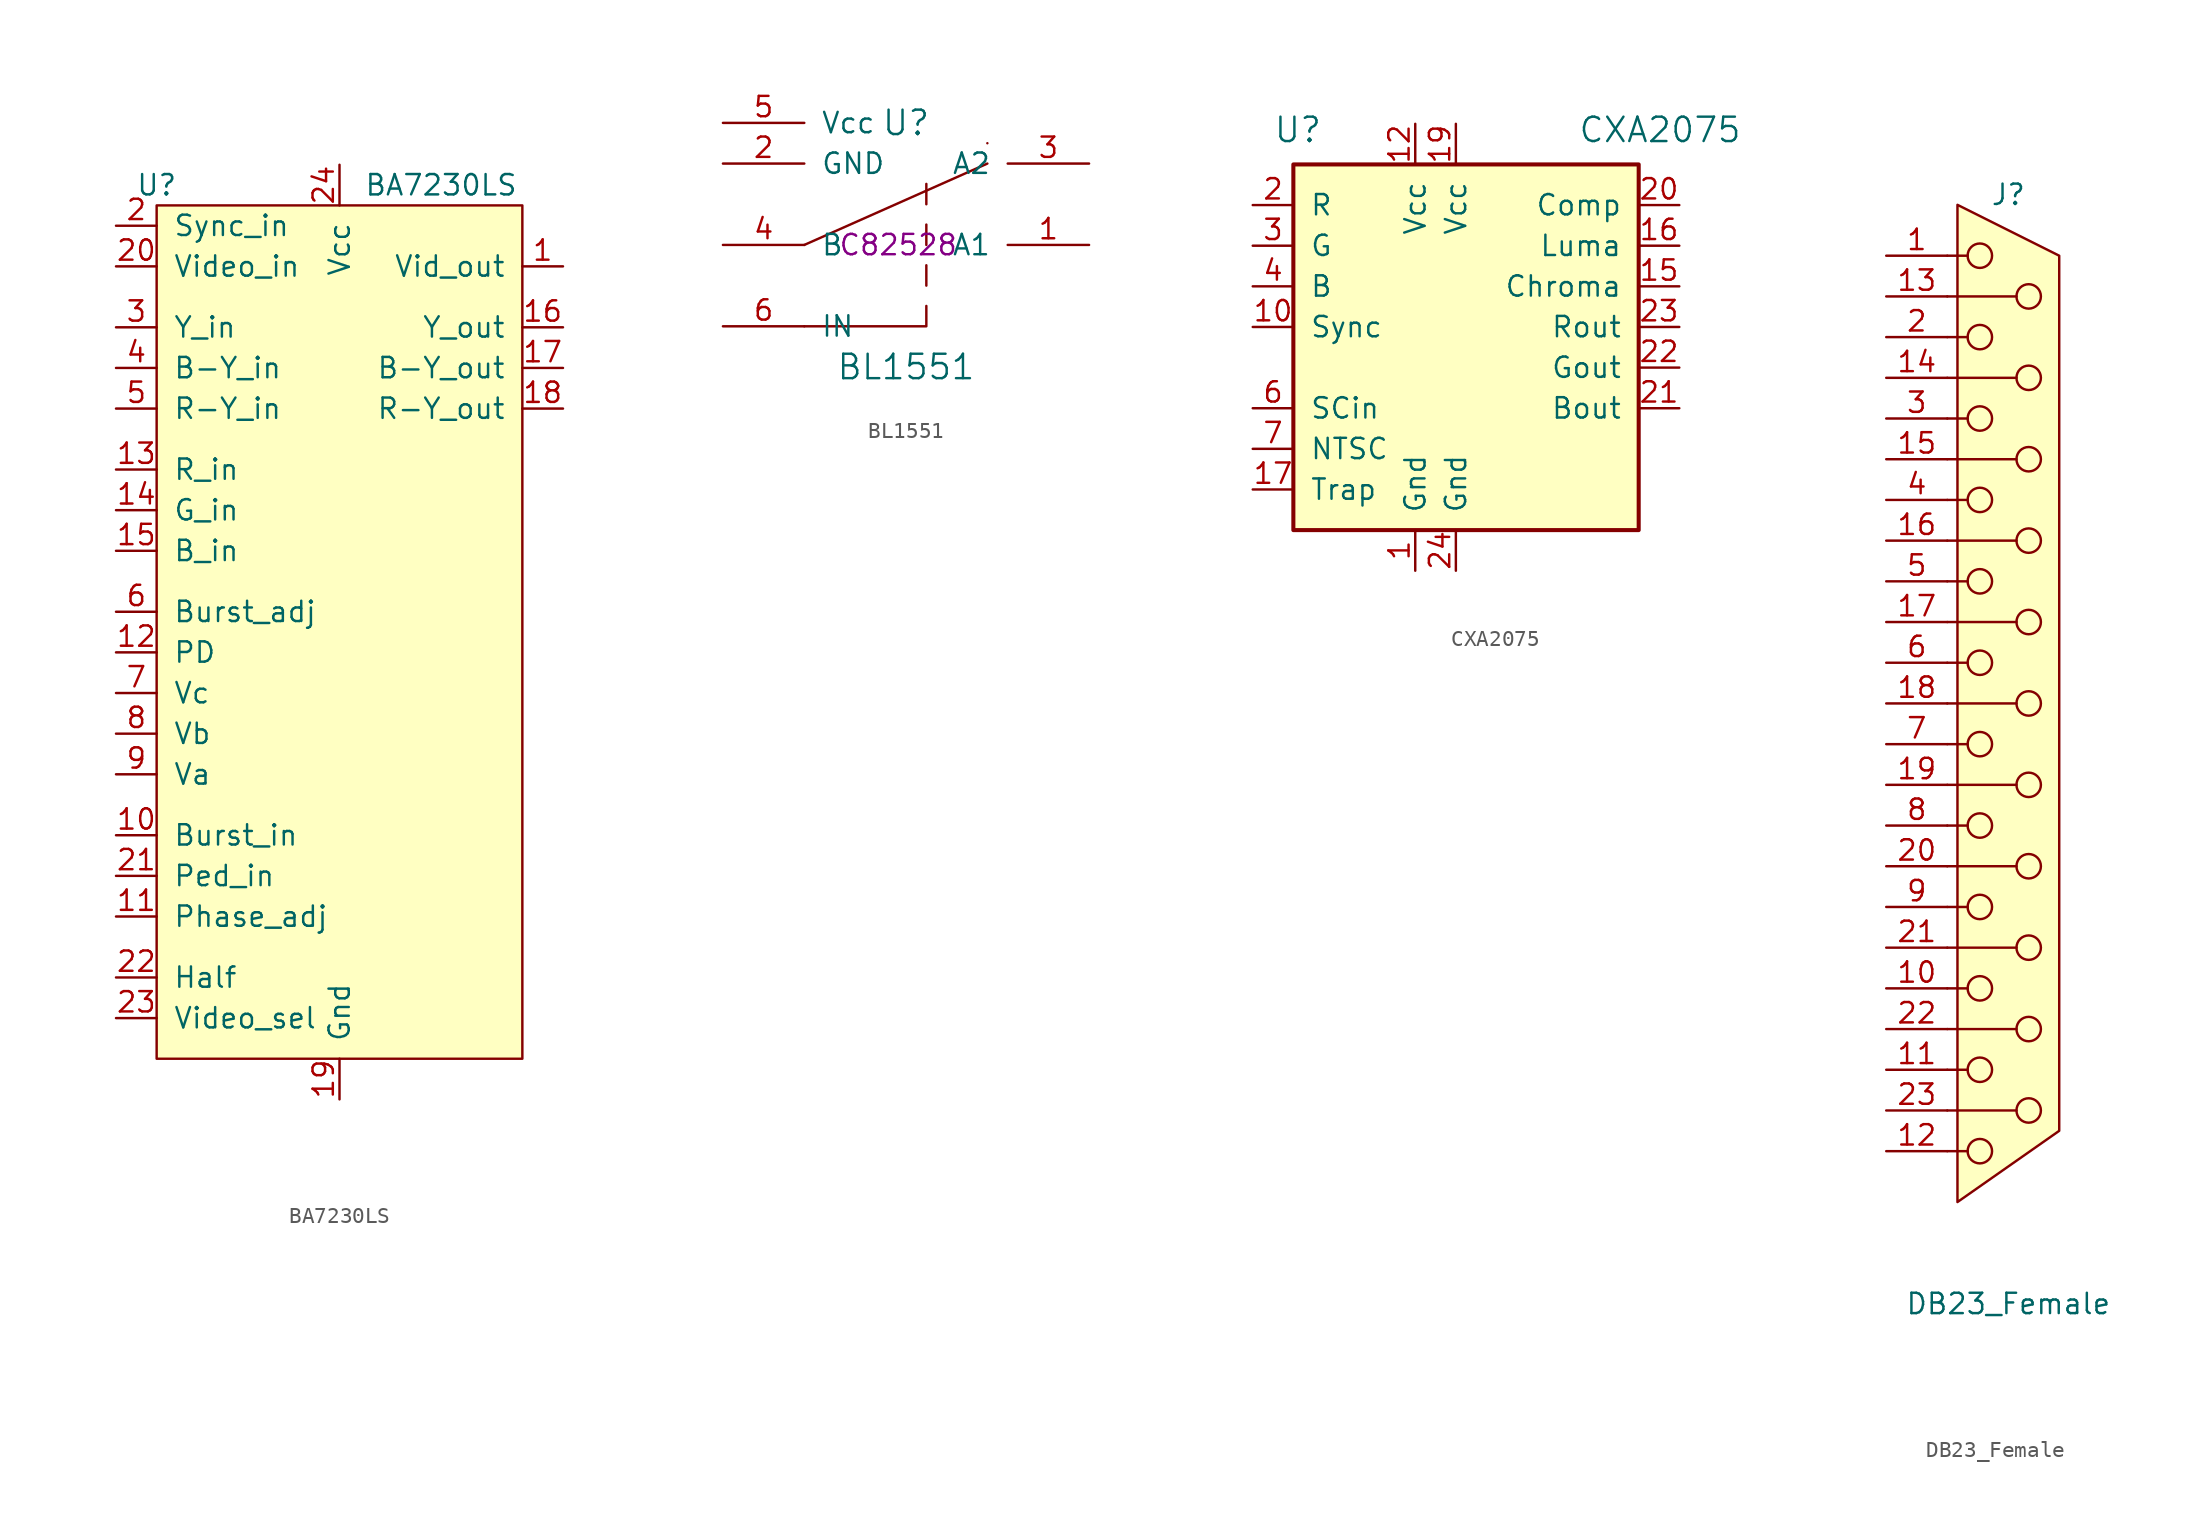
<source format=kicad_sym>
(kicad_symbol_lib
  (version 20211014)
  (generator kicad_symbol_editor)
  (symbol "BA7230LS"
    (pin_names
      (offset 1.016))
    (property "Reference" "U"
      (at -11.43 26.67 0)
      (effects (font (size 1.27 1.27))))
    (property "Value" "BA7230LS"
      (at 6.35 26.67 0)
      (effects (font (size 1.27 1.27))))
    (symbol "BA7230LS_0_1"
      (rectangle (start -11.43 25.4) (end 11.43 -27.94) (stroke (width 0) (type default) (color 0 0 0 0)) (fill (type background))))
    (symbol "BA7230LS_1_1"
      (pin power_in line (at 13.97 21.59 180) (length 2.54) (name "Vid_out" (effects (font (size 1.27 1.27)))) (number "1" (effects (font (size 1.27 1.27)))))
      (pin input line (at -13.97 -13.97 0) (length 2.54) (name "Burst_in" (effects (font (size 1.27 1.27)))) (number "10" (effects (font (size 1.27 1.27)))))
      (pin input line (at -13.97 -19.05 0) (length 2.54) (name "Phase_adj" (effects (font (size 1.27 1.27)))) (number "11" (effects (font (size 1.27 1.27)))))
      (pin input line (at -13.97 -2.54 0) (length 2.54) (name "PD" (effects (font (size 1.27 1.27)))) (number "12" (effects (font (size 1.27 1.27)))))
      (pin input line (at -13.97 8.89 0) (length 2.54) (name "R_in" (effects (font (size 1.27 1.27)))) (number "13" (effects (font (size 1.27 1.27)))))
      (pin input line (at -13.97 6.35 0) (length 2.54) (name "G_in" (effects (font (size 1.27 1.27)))) (number "14" (effects (font (size 1.27 1.27)))))
      (pin input line (at -13.97 3.81 0) (length 2.54) (name "B_in" (effects (font (size 1.27 1.27)))) (number "15" (effects (font (size 1.27 1.27)))))
      (pin output line (at 13.97 17.78 180) (length 2.54) (name "Y_out" (effects (font (size 1.27 1.27)))) (number "16" (effects (font (size 1.27 1.27)))))
      (pin output line (at 13.97 15.24 180) (length 2.54) (name "B-Y_out" (effects (font (size 1.27 1.27)))) (number "17" (effects (font (size 1.27 1.27)))))
      (pin output line (at 13.97 12.7 180) (length 2.54) (name "R-Y_out" (effects (font (size 1.27 1.27)))) (number "18" (effects (font (size 1.27 1.27)))))
      (pin power_in line (at 0 -30.48 90) (length 2.54) (name "Gnd" (effects (font (size 1.27 1.27)))) (number "19" (effects (font (size 1.27 1.27)))))
      (pin input line (at -13.97 24.13 0) (length 2.54) (name "Sync_in" (effects (font (size 1.27 1.27)))) (number "2" (effects (font (size 1.27 1.27)))))
      (pin input line (at -13.97 21.59 0) (length 2.54) (name "Video_in" (effects (font (size 1.27 1.27)))) (number "20" (effects (font (size 1.27 1.27)))))
      (pin input line (at -13.97 -16.51 0) (length 2.54) (name "Ped_in" (effects (font (size 1.27 1.27)))) (number "21" (effects (font (size 1.27 1.27)))))
      (pin input line (at -13.97 -22.86 0) (length 2.54) (name "Half" (effects (font (size 1.27 1.27)))) (number "22" (effects (font (size 1.27 1.27)))))
      (pin input line (at -13.97 -25.4 0) (length 2.54) (name "Video_sel" (effects (font (size 1.27 1.27)))) (number "23" (effects (font (size 1.27 1.27)))))
      (pin power_in line (at 0 27.94 270) (length 2.54) (name "Vcc" (effects (font (size 1.27 1.27)))) (number "24" (effects (font (size 1.27 1.27)))))
      (pin input line (at -13.97 17.78 0) (length 2.54) (name "Y_in" (effects (font (size 1.27 1.27)))) (number "3" (effects (font (size 1.27 1.27)))))
      (pin input line (at -13.97 15.24 0) (length 2.54) (name "B-Y_in" (effects (font (size 1.27 1.27)))) (number "4" (effects (font (size 1.27 1.27)))))
      (pin input line (at -13.97 12.7 0) (length 2.54) (name "R-Y_in" (effects (font (size 1.27 1.27)))) (number "5" (effects (font (size 1.27 1.27)))))
      (pin input line (at -13.97 0 0) (length 2.54) (name "Burst_adj" (effects (font (size 1.27 1.27)))) (number "6" (effects (font (size 1.27 1.27)))))
      (pin input line (at -13.97 -5.08 0) (length 2.54) (name "Vc" (effects (font (size 1.27 1.27)))) (number "7" (effects (font (size 1.27 1.27)))))
      (pin input line (at -13.97 -7.62 0) (length 2.54) (name "Vb" (effects (font (size 1.27 1.27)))) (number "8" (effects (font (size 1.27 1.27)))))
      (pin input line (at -13.97 -10.16 0) (length 2.54) (name "Va" (effects (font (size 1.27 1.27)))) (number "9" (effects (font (size 1.27 1.27)))))))
  (symbol "BL1551"
    (pin_names
      (offset 1.016))
    (property "Reference" "U"
      (at 0 7.62 0)
      (effects (font (size 1.524 1.524))))
    (property "Value" "BL1551"
      (at 0 -7.62 0)
      (effects (font (size 1.524 1.524))))
    (property "LCSC" "C82528 "
      (at 0 0 0)
      (effects (font (size 1.27 1.27))))
    (symbol "BL1551_0_1"
      (polyline (pts (xy -6.35 0) (xy 5.08 5.08)) (stroke (width 0) (type default) (color 0 0 0 0)) (fill (type none)))
      (polyline (pts (xy 1.27 -2.54) (xy 1.27 -1.27)) (stroke (width 0) (type default) (color 0 0 0 0)) (fill (type none)))
      (polyline (pts (xy 1.27 0) (xy 1.27 1.27)) (stroke (width 0) (type default) (color 0 0 0 0)) (fill (type none)))
      (polyline (pts (xy 1.27 2.54) (xy 1.27 3.81)) (stroke (width 0) (type default) (color 0 0 0 0)) (fill (type none)))
      (polyline (pts (xy 5.08 6.35) (xy 5.08 6.35)) (stroke (width 0) (type default) (color 0 0 0 0)) (fill (type none)))
      (polyline (pts (xy -6.35 -5.08) (xy 1.27 -5.08) (xy 1.27 -3.81)) (stroke (width 0) (type default) (color 0 0 0 0)) (fill (type none))))
    (symbol "BL1551_1_1"
      (pin bidirectional line (at 11.43 0 180) (length 5.08) (name "A1" (effects (font (size 1.27 1.27)))) (number "1" (effects (font (size 1.27 1.27)))))
      (pin power_in line (at -11.43 5.08 0) (length 5.08) (name "GND" (effects (font (size 1.27 1.27)))) (number "2" (effects (font (size 1.27 1.27)))))
      (pin bidirectional line (at 11.43 5.08 180) (length 5.08) (name "A2" (effects (font (size 1.27 1.27)))) (number "3" (effects (font (size 1.27 1.27)))))
      (pin bidirectional line (at -11.43 0 0) (length 5.08) (name "B" (effects (font (size 1.27 1.27)))) (number "4" (effects (font (size 1.27 1.27)))))
      (pin power_in line (at -11.43 7.62 0) (length 5.08) (name "Vcc" (effects (font (size 1.27 1.27)))) (number "5" (effects (font (size 1.27 1.27)))))
      (pin input line (at -11.43 -5.08 0) (length 5.08) (name "IN" (effects (font (size 1.27 1.27)))) (number "6" (effects (font (size 1.27 1.27)))))))
  (symbol "CXA2075"
    (pin_names
      (offset 1.016))
    (property "Reference" "U"
      (at -3.81 6.35 0)
      (effects (font (size 1.524 1.524)) (justify left bottom)))
    (property "Value" "CXA2075"
      (at 15.24 6.35 0)
      (effects (font (size 1.524 1.524)) (justify left bottom)))
    (property "Footprint" ""
      (at 0 0 0)
      (effects (font (size 1.524 1.524))))
    (property "Datasheet" ""
      (at 0 0 0)
      (effects (font (size 1.524 1.524))))
    (symbol "CXA2075_0_1"
      (rectangle (start -2.54 -17.78) (end 19.05 5.08) (stroke (width 0.254) (type default) (color 0 0 0 0)) (fill (type background)))
      (pin power_in line (at 5.08 -20.32 90) (length 2.54) (name "Gnd" (effects (font (size 1.27 1.27)))) (number "1" (effects (font (size 1.27 1.27)))))
      (pin input line (at -5.08 -5.08 0) (length 2.54) (name "Sync" (effects (font (size 1.27 1.27)))) (number "10" (effects (font (size 1.27 1.27)))))
      (pin power_in line (at 5.08 7.62 270) (length 2.54) (name "Vcc" (effects (font (size 1.27 1.27)))) (number "12" (effects (font (size 1.27 1.27)))))
      (pin output line (at 21.59 -2.54 180) (length 2.54) (name "Chroma" (effects (font (size 1.27 1.27)))) (number "15" (effects (font (size 1.27 1.27)))))
      (pin output line (at 21.59 0 180) (length 2.54) (name "Luma" (effects (font (size 1.27 1.27)))) (number "16" (effects (font (size 1.27 1.27)))))
      (pin input line (at -5.08 -15.24 0) (length 2.54) (name "Trap" (effects (font (size 1.27 1.27)))) (number "17" (effects (font (size 1.27 1.27)))))
      (pin power_in line (at 7.62 7.62 270) (length 2.54) (name "Vcc" (effects (font (size 1.27 1.27)))) (number "19" (effects (font (size 1.27 1.27)))))
      (pin input line (at -5.08 2.54 0) (length 2.54) (name "R" (effects (font (size 1.27 1.27)))) (number "2" (effects (font (size 1.27 1.27)))))
      (pin output line (at 21.59 2.54 180) (length 2.54) (name "Comp" (effects (font (size 1.27 1.27)))) (number "20" (effects (font (size 1.27 1.27)))))
      (pin output line (at 21.59 -10.16 180) (length 2.54) (name "Bout" (effects (font (size 1.27 1.27)))) (number "21" (effects (font (size 1.27 1.27)))))
      (pin output line (at 21.59 -7.62 180) (length 2.54) (name "Gout" (effects (font (size 1.27 1.27)))) (number "22" (effects (font (size 1.27 1.27)))))
      (pin output line (at 21.59 -5.08 180) (length 2.54) (name "Rout" (effects (font (size 1.27 1.27)))) (number "23" (effects (font (size 1.27 1.27)))))
      (pin power_in line (at 7.62 -20.32 90) (length 2.54) (name "Gnd" (effects (font (size 1.27 1.27)))) (number "24" (effects (font (size 1.27 1.27)))))
      (pin input line (at -5.08 0 0) (length 2.54) (name "G" (effects (font (size 1.27 1.27)))) (number "3" (effects (font (size 1.27 1.27)))))
      (pin input line (at -5.08 -2.54 0) (length 2.54) (name "B" (effects (font (size 1.27 1.27)))) (number "4" (effects (font (size 1.27 1.27)))))
      (pin input line (at -5.08 -10.16 0) (length 2.54) (name "SCin" (effects (font (size 1.27 1.27)))) (number "6" (effects (font (size 1.27 1.27)))))
      (pin input line (at -5.08 -12.7 0) (length 2.54) (name "NTSC" (effects (font (size 1.27 1.27)))) (number "7" (effects (font (size 1.27 1.27)))))))
  (symbol "DB23_Female"
    (pin_names
      (offset 1.016) hide)
    (property "Reference" "J"
      (at 0 34.29 0)
      (effects (font (size 1.27 1.27))))
    (property "Value" "DB23_Female"
      (at 0 -34.925 0)
      (effects (font (size 1.27 1.27))))
    (symbol "DB23_Female_0_1"
      (circle (center -1.778 -25.4) (radius 0.762) (stroke (width 0) (type default) (color 0 0 0 0)) (fill (type none)))
      (circle (center -1.778 -20.32) (radius 0.762) (stroke (width 0) (type default) (color 0 0 0 0)) (fill (type none)))
      (circle (center -1.778 -15.24) (radius 0.762) (stroke (width 0) (type default) (color 0 0 0 0)) (fill (type none)))
      (circle (center -1.778 -10.16) (radius 0.762) (stroke (width 0) (type default) (color 0 0 0 0)) (fill (type none)))
      (circle (center -1.778 -5.08) (radius 0.762) (stroke (width 0) (type default) (color 0 0 0 0)) (fill (type none)))
      (circle (center -1.778 0) (radius 0.762) (stroke (width 0) (type default) (color 0 0 0 0)) (fill (type none)))
      (circle (center -1.778 5.08) (radius 0.762) (stroke (width 0) (type default) (color 0 0 0 0)) (fill (type none)))
      (circle (center -1.778 10.16) (radius 0.762) (stroke (width 0) (type default) (color 0 0 0 0)) (fill (type none)))
      (circle (center -1.778 15.24) (radius 0.762) (stroke (width 0) (type default) (color 0 0 0 0)) (fill (type none)))
      (circle (center -1.778 20.32) (radius 0.762) (stroke (width 0) (type default) (color 0 0 0 0)) (fill (type none)))
      (circle (center -1.778 25.4) (radius 0.762) (stroke (width 0) (type default) (color 0 0 0 0)) (fill (type none)))
      (circle (center -1.778 30.48) (radius 0.762) (stroke (width 0) (type default) (color 0 0 0 0)) (fill (type none)))
      (polyline (pts (xy -3.81 -25.4) (xy -2.54 -25.4)) (stroke (width 0) (type default) (color 0 0 0 0)) (fill (type none)))
      (polyline (pts (xy -3.81 -22.86) (xy 0.508 -22.86)) (stroke (width 0) (type default) (color 0 0 0 0)) (fill (type none)))
      (polyline (pts (xy -3.81 -20.32) (xy -2.54 -20.32)) (stroke (width 0) (type default) (color 0 0 0 0)) (fill (type none)))
      (polyline (pts (xy -3.81 -17.78) (xy 0.508 -17.78)) (stroke (width 0) (type default) (color 0 0 0 0)) (fill (type none)))
      (polyline (pts (xy -3.81 -15.24) (xy -2.54 -15.24)) (stroke (width 0) (type default) (color 0 0 0 0)) (fill (type none)))
      (polyline (pts (xy -3.81 -12.7) (xy 0.508 -12.7)) (stroke (width 0) (type default) (color 0 0 0 0)) (fill (type none)))
      (polyline (pts (xy -3.81 -10.16) (xy -2.54 -10.16)) (stroke (width 0) (type default) (color 0 0 0 0)) (fill (type none)))
      (polyline (pts (xy -3.81 -7.62) (xy 0.508 -7.62)) (stroke (width 0) (type default) (color 0 0 0 0)) (fill (type none)))
      (polyline (pts (xy -3.81 -5.08) (xy -2.54 -5.08)) (stroke (width 0) (type default) (color 0 0 0 0)) (fill (type none)))
      (polyline (pts (xy -3.81 -2.54) (xy 0.508 -2.54)) (stroke (width 0) (type default) (color 0 0 0 0)) (fill (type none)))
      (polyline (pts (xy -3.81 0) (xy -2.54 0)) (stroke (width 0) (type default) (color 0 0 0 0)) (fill (type none)))
      (polyline (pts (xy -3.81 2.54) (xy 0.508 2.54)) (stroke (width 0) (type default) (color 0 0 0 0)) (fill (type none)))
      (polyline (pts (xy -3.81 5.08) (xy -2.54 5.08)) (stroke (width 0) (type default) (color 0 0 0 0)) (fill (type none)))
      (polyline (pts (xy -3.81 7.62) (xy 0.508 7.62)) (stroke (width 0) (type default) (color 0 0 0 0)) (fill (type none)))
      (polyline (pts (xy -3.81 10.16) (xy -2.54 10.16)) (stroke (width 0) (type default) (color 0 0 0 0)) (fill (type none)))
      (polyline (pts (xy -3.81 12.7) (xy 0.508 12.7)) (stroke (width 0) (type default) (color 0 0 0 0)) (fill (type none)))
      (polyline (pts (xy -3.81 15.24) (xy -2.54 15.24)) (stroke (width 0) (type default) (color 0 0 0 0)) (fill (type none)))
      (polyline (pts (xy -3.81 17.78) (xy 0.508 17.78)) (stroke (width 0) (type default) (color 0 0 0 0)) (fill (type none)))
      (polyline (pts (xy -3.81 20.32) (xy -2.54 20.32)) (stroke (width 0) (type default) (color 0 0 0 0)) (fill (type none)))
      (polyline (pts (xy -3.81 22.86) (xy 0.508 22.86)) (stroke (width 0) (type default) (color 0 0 0 0)) (fill (type none)))
      (polyline (pts (xy -3.81 25.4) (xy -2.54 25.4)) (stroke (width 0) (type default) (color 0 0 0 0)) (fill (type none)))
      (polyline (pts (xy -3.81 27.94) (xy 0.508 27.94)) (stroke (width 0) (type default) (color 0 0 0 0)) (fill (type none)))
      (polyline (pts (xy -3.81 30.48) (xy -2.54 30.48)) (stroke (width 0) (type default) (color 0 0 0 0)) (fill (type none)))
      (polyline (pts (xy -3.175 33.655) (xy 3.175 30.48) (xy 3.175 -22.86) (xy 3.175 -24.13) (xy -3.175 -28.575) (xy -3.175 33.655)) (stroke (width 0) (type default) (color 0 0 0 0)) (fill (type background)))
      (circle (center 1.27 -22.86) (radius 0.762) (stroke (width 0) (type default) (color 0 0 0 0)) (fill (type none)))
      (circle (center 1.27 -17.78) (radius 0.762) (stroke (width 0) (type default) (color 0 0 0 0)) (fill (type none)))
      (circle (center 1.27 -12.7) (radius 0.762) (stroke (width 0) (type default) (color 0 0 0 0)) (fill (type none)))
      (circle (center 1.27 -7.62) (radius 0.762) (stroke (width 0) (type default) (color 0 0 0 0)) (fill (type none)))
      (circle (center 1.27 -2.54) (radius 0.762) (stroke (width 0) (type default) (color 0 0 0 0)) (fill (type none)))
      (circle (center 1.27 2.54) (radius 0.762) (stroke (width 0) (type default) (color 0 0 0 0)) (fill (type none)))
      (circle (center 1.27 7.62) (radius 0.762) (stroke (width 0) (type default) (color 0 0 0 0)) (fill (type none)))
      (circle (center 1.27 12.7) (radius 0.762) (stroke (width 0) (type default) (color 0 0 0 0)) (fill (type none)))
      (circle (center 1.27 17.78) (radius 0.762) (stroke (width 0) (type default) (color 0 0 0 0)) (fill (type none)))
      (circle (center 1.27 22.86) (radius 0.762) (stroke (width 0) (type default) (color 0 0 0 0)) (fill (type none)))
      (circle (center 1.27 27.94) (radius 0.762) (stroke (width 0) (type default) (color 0 0 0 0)) (fill (type none))))
    (symbol "DB23_Female_1_1"
      (pin passive line (at -7.62 30.48 0) (length 3.81) (name "1" (effects (font (size 1.27 1.27)))) (number "1" (effects (font (size 1.27 1.27)))))
      (pin passive line (at -7.62 -15.24 0) (length 3.81) (name "10" (effects (font (size 1.27 1.27)))) (number "10" (effects (font (size 1.27 1.27)))))
      (pin passive line (at -7.62 -20.32 0) (length 3.81) (name "11" (effects (font (size 1.27 1.27)))) (number "11" (effects (font (size 1.27 1.27)))))
      (pin passive line (at -7.62 -25.4 0) (length 3.81) (name "12" (effects (font (size 1.27 1.27)))) (number "12" (effects (font (size 1.27 1.27)))))
      (pin passive line (at -7.62 27.94 0) (length 3.81) (name "P13" (effects (font (size 1.27 1.27)))) (number "13" (effects (font (size 1.27 1.27)))))
      (pin passive line (at -7.62 22.86 0) (length 3.81) (name "P14" (effects (font (size 1.27 1.27)))) (number "14" (effects (font (size 1.27 1.27)))))
      (pin passive line (at -7.62 17.78 0) (length 3.81) (name "P15" (effects (font (size 1.27 1.27)))) (number "15" (effects (font (size 1.27 1.27)))))
      (pin passive line (at -7.62 12.7 0) (length 3.81) (name "P16" (effects (font (size 1.27 1.27)))) (number "16" (effects (font (size 1.27 1.27)))))
      (pin passive line (at -7.62 7.62 0) (length 3.81) (name "P17" (effects (font (size 1.27 1.27)))) (number "17" (effects (font (size 1.27 1.27)))))
      (pin passive line (at -7.62 2.54 0) (length 3.81) (name "P18" (effects (font (size 1.27 1.27)))) (number "18" (effects (font (size 1.27 1.27)))))
      (pin passive line (at -7.62 -2.54 0) (length 3.81) (name "P19" (effects (font (size 1.27 1.27)))) (number "19" (effects (font (size 1.27 1.27)))))
      (pin passive line (at -7.62 25.4 0) (length 3.81) (name "2" (effects (font (size 1.27 1.27)))) (number "2" (effects (font (size 1.27 1.27)))))
      (pin passive line (at -7.62 -7.62 0) (length 3.81) (name "P20" (effects (font (size 1.27 1.27)))) (number "20" (effects (font (size 1.27 1.27)))))
      (pin passive line (at -7.62 -12.7 0) (length 3.81) (name "P21" (effects (font (size 1.27 1.27)))) (number "21" (effects (font (size 1.27 1.27)))))
      (pin passive line (at -7.62 -17.78 0) (length 3.81) (name "P22" (effects (font (size 1.27 1.27)))) (number "22" (effects (font (size 1.27 1.27)))))
      (pin passive line (at -7.62 -22.86 0) (length 3.81) (name "P23" (effects (font (size 1.27 1.27)))) (number "23" (effects (font (size 1.27 1.27)))))
      (pin passive line (at -7.62 20.32 0) (length 3.81) (name "3" (effects (font (size 1.27 1.27)))) (number "3" (effects (font (size 1.27 1.27)))))
      (pin passive line (at -7.62 15.24 0) (length 3.81) (name "4" (effects (font (size 1.27 1.27)))) (number "4" (effects (font (size 1.27 1.27)))))
      (pin passive line (at -7.62 10.16 0) (length 3.81) (name "5" (effects (font (size 1.27 1.27)))) (number "5" (effects (font (size 1.27 1.27)))))
      (pin passive line (at -7.62 5.08 0) (length 3.81) (name "6" (effects (font (size 1.27 1.27)))) (number "6" (effects (font (size 1.27 1.27)))))
      (pin passive line (at -7.62 0 0) (length 3.81) (name "7" (effects (font (size 1.27 1.27)))) (number "7" (effects (font (size 1.27 1.27)))))
      (pin passive line (at -7.62 -5.08 0) (length 3.81) (name "8" (effects (font (size 1.27 1.27)))) (number "8" (effects (font (size 1.27 1.27)))))
      (pin passive line (at -7.62 -10.16 0) (length 3.81) (name "9" (effects (font (size 1.27 1.27)))) (number "9" (effects (font (size 1.27 1.27))))))))
</source>
